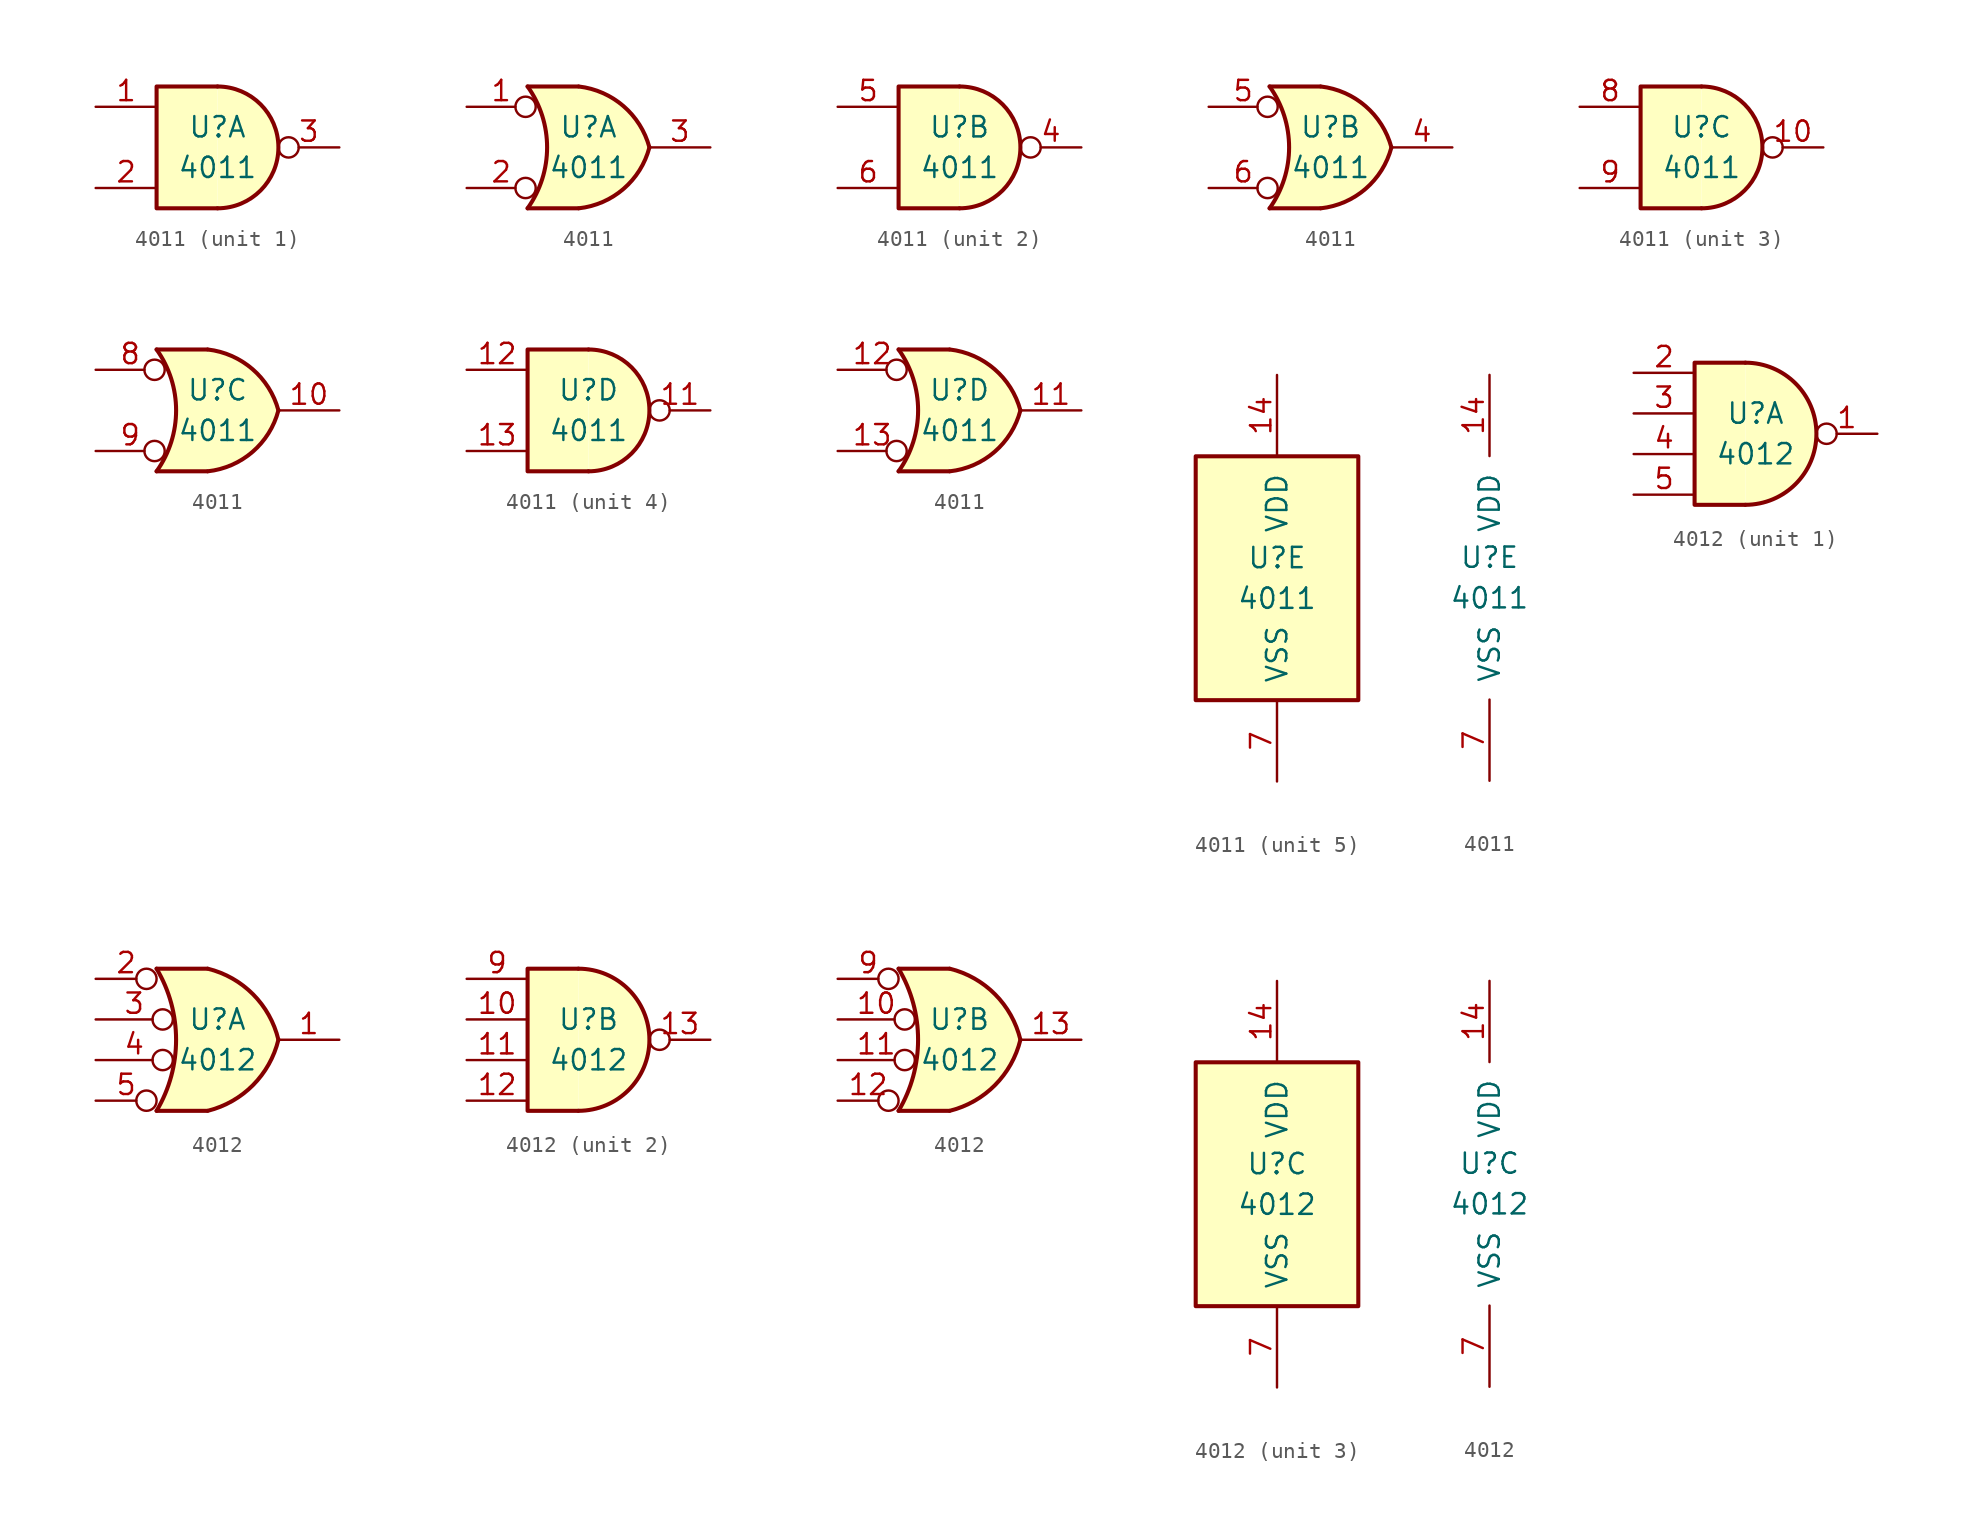
<source format=kicad_sym>
(kicad_symbol_lib
  (version 20200908)
  (generator kicad_symbol_editor)
  (symbol "4xxx:4011"
    (pin_names
      (offset 1.016))
    (property "Reference" "U"
      (at 0 1.27 0)
      (effects (font (size 1.27 1.27))))
    (property "Value" "4011"
      (at 0 -1.27 0)
      (effects (font (size 1.27 1.27))))
    (property "ki_locked" ""
      (at 0 0 0)
      (effects (font (size 1.27 1.27))))
    (symbol "4011_1_1"
      (arc (start 0 -3.81) (end 0 3.81) (radius (at 0 0) (length 3.81) (angles -89.9 89.9)) (stroke (width 0.254)) (fill (type background)))
      (polyline (pts (xy 0 3.81) (xy -3.81 3.81) (xy -3.81 -3.81) (xy 0 -3.81)) (stroke (width 0.254)) (fill (type background)))
      (pin input line (at -7.62 2.54 0) (length 3.81) (name "~" (effects (font (size 1.27 1.27)))) (number "1" (effects (font (size 1.27 1.27)))))
      (pin input line (at -7.62 -2.54 0) (length 3.81) (name "~" (effects (font (size 1.27 1.27)))) (number "2" (effects (font (size 1.27 1.27)))))
      (pin output inverted (at 7.62 0 180) (length 3.81) (name "~" (effects (font (size 1.27 1.27)))) (number "3" (effects (font (size 1.27 1.27))))))
    (symbol "4011_2_1"
      (arc (start 0 -3.81) (end 0 3.81) (radius (at 0 0) (length 3.81) (angles -89.9 89.9)) (stroke (width 0.254)) (fill (type background)))
      (polyline (pts (xy 0 3.81) (xy -3.81 3.81) (xy -3.81 -3.81) (xy 0 -3.81)) (stroke (width 0.254)) (fill (type background)))
      (pin output inverted (at 7.62 0 180) (length 3.81) (name "~" (effects (font (size 1.27 1.27)))) (number "4" (effects (font (size 1.27 1.27)))))
      (pin input line (at -7.62 2.54 0) (length 3.81) (name "~" (effects (font (size 1.27 1.27)))) (number "5" (effects (font (size 1.27 1.27)))))
      (pin input line (at -7.62 -2.54 0) (length 3.81) (name "~" (effects (font (size 1.27 1.27)))) (number "6" (effects (font (size 1.27 1.27))))))
    (symbol "4011_3_1"
      (arc (start 0 -3.81) (end 0 3.81) (radius (at 0 0) (length 3.81) (angles -89.9 89.9)) (stroke (width 0.254)) (fill (type background)))
      (polyline (pts (xy 0 3.81) (xy -3.81 3.81) (xy -3.81 -3.81) (xy 0 -3.81)) (stroke (width 0.254)) (fill (type background)))
      (pin output inverted (at 7.62 0 180) (length 3.81) (name "~" (effects (font (size 1.27 1.27)))) (number "10" (effects (font (size 1.27 1.27)))))
      (pin input line (at -7.62 2.54 0) (length 3.81) (name "~" (effects (font (size 1.27 1.27)))) (number "8" (effects (font (size 1.27 1.27)))))
      (pin input line (at -7.62 -2.54 0) (length 3.81) (name "~" (effects (font (size 1.27 1.27)))) (number "9" (effects (font (size 1.27 1.27))))))
    (symbol "4011_4_1"
      (arc (start 0 -3.81) (end 0 3.81) (radius (at 0 0) (length 3.81) (angles -89.9 89.9)) (stroke (width 0.254)) (fill (type background)))
      (polyline (pts (xy 0 3.81) (xy -3.81 3.81) (xy -3.81 -3.81) (xy 0 -3.81)) (stroke (width 0.254)) (fill (type background)))
      (pin output inverted (at 7.62 0 180) (length 3.81) (name "~" (effects (font (size 1.27 1.27)))) (number "11" (effects (font (size 1.27 1.27)))))
      (pin input line (at -7.62 2.54 0) (length 3.81) (name "~" (effects (font (size 1.27 1.27)))) (number "12" (effects (font (size 1.27 1.27)))))
      (pin input line (at -7.62 -2.54 0) (length 3.81) (name "~" (effects (font (size 1.27 1.27)))) (number "13" (effects (font (size 1.27 1.27))))))
    (symbol "4011_1_2"
      (arc (start -3.81 3.81) (end -3.81 -3.81) (radius (at -9.144 0) (length 6.5532) (angles 35.4 -35.4)) (stroke (width 0.254)) (fill (type none)))
      (arc (start 3.81 0) (end -0.6096 3.81) (radius (at -1.1938 -1.3208) (length 5.1816) (angles 15 83.7)) (stroke (width 0.254)) (fill (type background)))
      (arc (start 3.81 0) (end -0.6096 -3.81) (radius (at -1.1938 1.3208) (length 5.1816) (angles -15 -83.7)) (stroke (width 0.254)) (fill (type background)))
      (polyline (pts (xy -3.81 -3.81) (xy -0.635 -3.81)) (stroke (width 0.254)) (fill (type background)))
      (polyline (pts (xy -3.81 3.81) (xy -0.635 3.81)) (stroke (width 0.254)) (fill (type background)))
      (polyline (pts (xy -0.635 3.81) (xy -3.81 3.81) (xy -3.81 3.81) (xy -3.556 3.404) (xy -3.023 2.261) (xy -2.692 1.041) (xy -2.616 -0.254) (xy -2.769 -1.499) (xy -3.175 -2.718) (xy -3.81 -3.81) (xy -3.81 -3.81) (xy -0.635 -3.81)) (stroke (width -25.4)) (fill (type background)))
      (pin input inverted (at -7.62 2.54 0) (length 4.318) (name "~" (effects (font (size 1.27 1.27)))) (number "1" (effects (font (size 1.27 1.27)))))
      (pin input inverted (at -7.62 -2.54 0) (length 4.318) (name "~" (effects (font (size 1.27 1.27)))) (number "2" (effects (font (size 1.27 1.27)))))
      (pin output line (at 7.62 0 180) (length 3.81) (name "~" (effects (font (size 1.27 1.27)))) (number "3" (effects (font (size 1.27 1.27))))))
    (symbol "4011_2_2"
      (arc (start -3.81 3.81) (end -3.81 -3.81) (radius (at -9.144 0) (length 6.5532) (angles 35.4 -35.4)) (stroke (width 0.254)) (fill (type none)))
      (arc (start 3.81 0) (end -0.6096 3.81) (radius (at -1.1938 -1.3208) (length 5.1816) (angles 15 83.7)) (stroke (width 0.254)) (fill (type background)))
      (arc (start 3.81 0) (end -0.6096 -3.81) (radius (at -1.1938 1.3208) (length 5.1816) (angles -15 -83.7)) (stroke (width 0.254)) (fill (type background)))
      (polyline (pts (xy -3.81 -3.81) (xy -0.635 -3.81)) (stroke (width 0.254)) (fill (type background)))
      (polyline (pts (xy -3.81 3.81) (xy -0.635 3.81)) (stroke (width 0.254)) (fill (type background)))
      (polyline (pts (xy -0.635 3.81) (xy -3.81 3.81) (xy -3.81 3.81) (xy -3.556 3.404) (xy -3.023 2.261) (xy -2.692 1.041) (xy -2.616 -0.254) (xy -2.769 -1.499) (xy -3.175 -2.718) (xy -3.81 -3.81) (xy -3.81 -3.81) (xy -0.635 -3.81)) (stroke (width -25.4)) (fill (type background)))
      (pin output line (at 7.62 0 180) (length 3.81) (name "~" (effects (font (size 1.27 1.27)))) (number "4" (effects (font (size 1.27 1.27)))))
      (pin input inverted (at -7.62 2.54 0) (length 4.318) (name "~" (effects (font (size 1.27 1.27)))) (number "5" (effects (font (size 1.27 1.27)))))
      (pin input inverted (at -7.62 -2.54 0) (length 4.318) (name "~" (effects (font (size 1.27 1.27)))) (number "6" (effects (font (size 1.27 1.27))))))
    (symbol "4011_3_2"
      (arc (start -3.81 3.81) (end -3.81 -3.81) (radius (at -9.144 0) (length 6.5532) (angles 35.4 -35.4)) (stroke (width 0.254)) (fill (type none)))
      (arc (start 3.81 0) (end -0.6096 3.81) (radius (at -1.1938 -1.3208) (length 5.1816) (angles 15 83.7)) (stroke (width 0.254)) (fill (type background)))
      (arc (start 3.81 0) (end -0.6096 -3.81) (radius (at -1.1938 1.3208) (length 5.1816) (angles -15 -83.7)) (stroke (width 0.254)) (fill (type background)))
      (polyline (pts (xy -3.81 -3.81) (xy -0.635 -3.81)) (stroke (width 0.254)) (fill (type background)))
      (polyline (pts (xy -3.81 3.81) (xy -0.635 3.81)) (stroke (width 0.254)) (fill (type background)))
      (polyline (pts (xy -0.635 3.81) (xy -3.81 3.81) (xy -3.81 3.81) (xy -3.556 3.404) (xy -3.023 2.261) (xy -2.692 1.041) (xy -2.616 -0.254) (xy -2.769 -1.499) (xy -3.175 -2.718) (xy -3.81 -3.81) (xy -3.81 -3.81) (xy -0.635 -3.81)) (stroke (width -25.4)) (fill (type background)))
      (pin output line (at 7.62 0 180) (length 3.81) (name "~" (effects (font (size 1.27 1.27)))) (number "10" (effects (font (size 1.27 1.27)))))
      (pin input inverted (at -7.62 2.54 0) (length 4.318) (name "~" (effects (font (size 1.27 1.27)))) (number "8" (effects (font (size 1.27 1.27)))))
      (pin input inverted (at -7.62 -2.54 0) (length 4.318) (name "~" (effects (font (size 1.27 1.27)))) (number "9" (effects (font (size 1.27 1.27))))))
    (symbol "4011_4_2"
      (arc (start -3.81 3.81) (end -3.81 -3.81) (radius (at -9.144 0) (length 6.5532) (angles 35.4 -35.4)) (stroke (width 0.254)) (fill (type none)))
      (arc (start 3.81 0) (end -0.6096 3.81) (radius (at -1.1938 -1.3208) (length 5.1816) (angles 15 83.7)) (stroke (width 0.254)) (fill (type background)))
      (arc (start 3.81 0) (end -0.6096 -3.81) (radius (at -1.1938 1.3208) (length 5.1816) (angles -15 -83.7)) (stroke (width 0.254)) (fill (type background)))
      (polyline (pts (xy -3.81 -3.81) (xy -0.635 -3.81)) (stroke (width 0.254)) (fill (type background)))
      (polyline (pts (xy -3.81 3.81) (xy -0.635 3.81)) (stroke (width 0.254)) (fill (type background)))
      (polyline (pts (xy -0.635 3.81) (xy -3.81 3.81) (xy -3.81 3.81) (xy -3.556 3.404) (xy -3.023 2.261) (xy -2.692 1.041) (xy -2.616 -0.254) (xy -2.769 -1.499) (xy -3.175 -2.718) (xy -3.81 -3.81) (xy -3.81 -3.81) (xy -0.635 -3.81)) (stroke (width -25.4)) (fill (type background)))
      (pin output line (at 7.62 0 180) (length 3.81) (name "~" (effects (font (size 1.27 1.27)))) (number "11" (effects (font (size 1.27 1.27)))))
      (pin input inverted (at -7.62 2.54 0) (length 4.318) (name "~" (effects (font (size 1.27 1.27)))) (number "12" (effects (font (size 1.27 1.27)))))
      (pin input inverted (at -7.62 -2.54 0) (length 4.318) (name "~" (effects (font (size 1.27 1.27)))) (number "13" (effects (font (size 1.27 1.27))))))
    (symbol "4011_5_1"
      (rectangle (start -5.08 7.62) (end 5.08 -7.62) (stroke (width 0.254)) (fill (type background))))
    (symbol "4011_5_0"
      (pin power_in line (at 0 12.7 270) (length 5.08) (name "VDD" (effects (font (size 1.27 1.27)))) (number "14" (effects (font (size 1.27 1.27)))))
      (pin power_in line (at 0 -12.7 90) (length 5.08) (name "VSS" (effects (font (size 1.27 1.27)))) (number "7" (effects (font (size 1.27 1.27)))))))
  (symbol "4xxx:4012"
    (pin_names
      (offset 1.016))
    (property "Reference" "U"
      (at 0 1.27 0)
      (effects (font (size 1.27 1.27))))
    (property "Value" "4012"
      (at 0 -1.27 0)
      (effects (font (size 1.27 1.27))))
    (property "ki_locked" ""
      (at 0 0 0)
      (effects (font (size 1.27 1.27))))
    (symbol "4012_1_1"
      (arc (start -0.635 -4.445) (end -0.635 4.445) (radius (at -0.635 0) (length 4.445) (angles -89.9 89.9)) (stroke (width 0.254)) (fill (type background)))
      (polyline (pts (xy -0.635 4.445) (xy -3.81 4.445) (xy -3.81 -4.445) (xy -0.635 -4.445)) (stroke (width 0.254)) (fill (type background)))
      (pin output inverted (at 7.62 0 180) (length 3.81) (name "~" (effects (font (size 1.27 1.27)))) (number "1" (effects (font (size 1.27 1.27)))))
      (pin input line (at -7.62 3.81 0) (length 3.81) (name "~" (effects (font (size 1.27 1.27)))) (number "2" (effects (font (size 1.27 1.27)))))
      (pin input line (at -7.62 1.27 0) (length 3.81) (name "~" (effects (font (size 1.27 1.27)))) (number "3" (effects (font (size 1.27 1.27)))))
      (pin input line (at -7.62 -1.27 0) (length 3.81) (name "~" (effects (font (size 1.27 1.27)))) (number "4" (effects (font (size 1.27 1.27)))))
      (pin input line (at -7.62 -3.81 0) (length 3.81) (name "~" (effects (font (size 1.27 1.27)))) (number "5" (effects (font (size 1.27 1.27))))))
    (symbol "4012_2_1"
      (arc (start -0.635 -4.445) (end -0.635 4.445) (radius (at -0.635 0) (length 4.445) (angles -89.9 89.9)) (stroke (width 0.254)) (fill (type background)))
      (polyline (pts (xy -0.635 4.445) (xy -3.81 4.445) (xy -3.81 -4.445) (xy -0.635 -4.445)) (stroke (width 0.254)) (fill (type background)))
      (pin input line (at -7.62 1.27 0) (length 3.81) (name "~" (effects (font (size 1.27 1.27)))) (number "10" (effects (font (size 1.27 1.27)))))
      (pin input line (at -7.62 -1.27 0) (length 3.81) (name "~" (effects (font (size 1.27 1.27)))) (number "11" (effects (font (size 1.27 1.27)))))
      (pin input line (at -7.62 -3.81 0) (length 3.81) (name "~" (effects (font (size 1.27 1.27)))) (number "12" (effects (font (size 1.27 1.27)))))
      (pin output inverted (at 7.62 0 180) (length 3.81) (name "~" (effects (font (size 1.27 1.27)))) (number "13" (effects (font (size 1.27 1.27)))))
      (pin input line (at -7.62 3.81 0) (length 3.81) (name "~" (effects (font (size 1.27 1.27)))) (number "9" (effects (font (size 1.27 1.27))))))
    (symbol "4012_1_2"
      (arc (start -3.81 4.445) (end -3.81 -4.445) (radius (at -11.303 0) (length 8.7122) (angles 30.6 -30.6)) (stroke (width 0.254)) (fill (type none)))
      (arc (start 3.81 0) (end -0.6096 4.445) (radius (at -2.0574 -1.4224) (length 6.0452) (angles 13.7 76.8)) (stroke (width 0.254)) (fill (type background)))
      (arc (start 3.81 0) (end -0.6096 -4.445) (radius (at -2.0574 1.4224) (length 6.0452) (angles -13.7 -76.8)) (stroke (width 0.254)) (fill (type background)))
      (polyline (pts (xy -3.81 -4.445) (xy -0.635 -4.445)) (stroke (width 0.254)) (fill (type background)))
      (polyline (pts (xy -3.81 4.445) (xy -0.635 4.445)) (stroke (width 0.254)) (fill (type background)))
      (polyline (pts (xy -0.635 4.445) (xy -3.81 4.445) (xy -3.81 4.445) (xy -3.632 4.089) (xy -3.099 2.921) (xy -2.769 1.676) (xy -2.616 0.432) (xy -2.642 -0.864) (xy -2.87 -2.108) (xy -3.251 -3.327) (xy -3.81 -4.445) (xy -3.81 -4.445) (xy -0.635 -4.445)) (stroke (width -25.4)) (fill (type background)))
      (pin output line (at 7.62 0 180) (length 3.81) (name "~" (effects (font (size 1.27 1.27)))) (number "1" (effects (font (size 1.27 1.27)))))
      (pin input inverted (at -7.62 3.81 0) (length 3.81) (name "~" (effects (font (size 1.27 1.27)))) (number "2" (effects (font (size 1.27 1.27)))))
      (pin input inverted (at -7.62 1.27 0) (length 4.826) (name "~" (effects (font (size 1.27 1.27)))) (number "3" (effects (font (size 1.27 1.27)))))
      (pin input inverted (at -7.62 -1.27 0) (length 4.826) (name "~" (effects (font (size 1.27 1.27)))) (number "4" (effects (font (size 1.27 1.27)))))
      (pin input inverted (at -7.62 -3.81 0) (length 3.81) (name "~" (effects (font (size 1.27 1.27)))) (number "5" (effects (font (size 1.27 1.27))))))
    (symbol "4012_2_2"
      (arc (start -3.81 4.445) (end -3.81 -4.445) (radius (at -11.303 0) (length 8.7122) (angles 30.6 -30.6)) (stroke (width 0.254)) (fill (type none)))
      (arc (start 3.81 0) (end -0.6096 4.445) (radius (at -2.0574 -1.4224) (length 6.0452) (angles 13.7 76.8)) (stroke (width 0.254)) (fill (type background)))
      (arc (start 3.81 0) (end -0.6096 -4.445) (radius (at -2.0574 1.4224) (length 6.0452) (angles -13.7 -76.8)) (stroke (width 0.254)) (fill (type background)))
      (polyline (pts (xy -3.81 -4.445) (xy -0.635 -4.445)) (stroke (width 0.254)) (fill (type background)))
      (polyline (pts (xy -3.81 4.445) (xy -0.635 4.445)) (stroke (width 0.254)) (fill (type background)))
      (polyline (pts (xy -0.635 4.445) (xy -3.81 4.445) (xy -3.81 4.445) (xy -3.632 4.089) (xy -3.099 2.921) (xy -2.769 1.676) (xy -2.616 0.432) (xy -2.642 -0.864) (xy -2.87 -2.108) (xy -3.251 -3.327) (xy -3.81 -4.445) (xy -3.81 -4.445) (xy -0.635 -4.445)) (stroke (width -25.4)) (fill (type background)))
      (pin input inverted (at -7.62 1.27 0) (length 4.826) (name "~" (effects (font (size 1.27 1.27)))) (number "10" (effects (font (size 1.27 1.27)))))
      (pin input inverted (at -7.62 -1.27 0) (length 4.826) (name "~" (effects (font (size 1.27 1.27)))) (number "11" (effects (font (size 1.27 1.27)))))
      (pin input inverted (at -7.62 -3.81 0) (length 3.81) (name "~" (effects (font (size 1.27 1.27)))) (number "12" (effects (font (size 1.27 1.27)))))
      (pin output line (at 7.62 0 180) (length 3.81) (name "~" (effects (font (size 1.27 1.27)))) (number "13" (effects (font (size 1.27 1.27)))))
      (pin input inverted (at -7.62 3.81 0) (length 3.81) (name "~" (effects (font (size 1.27 1.27)))) (number "9" (effects (font (size 1.27 1.27))))))
    (symbol "4012_3_1"
      (rectangle (start -5.08 7.62) (end 5.08 -7.62) (stroke (width 0.254)) (fill (type background))))
    (symbol "4012_3_0"
      (pin power_in line (at 0 12.7 270) (length 5.08) (name "VDD" (effects (font (size 1.27 1.27)))) (number "14" (effects (font (size 1.27 1.27)))))
      (pin power_in line (at 0 -12.7 90) (length 5.08) (name "VSS" (effects (font (size 1.27 1.27)))) (number "7" (effects (font (size 1.27 1.27))))))))
</source>
